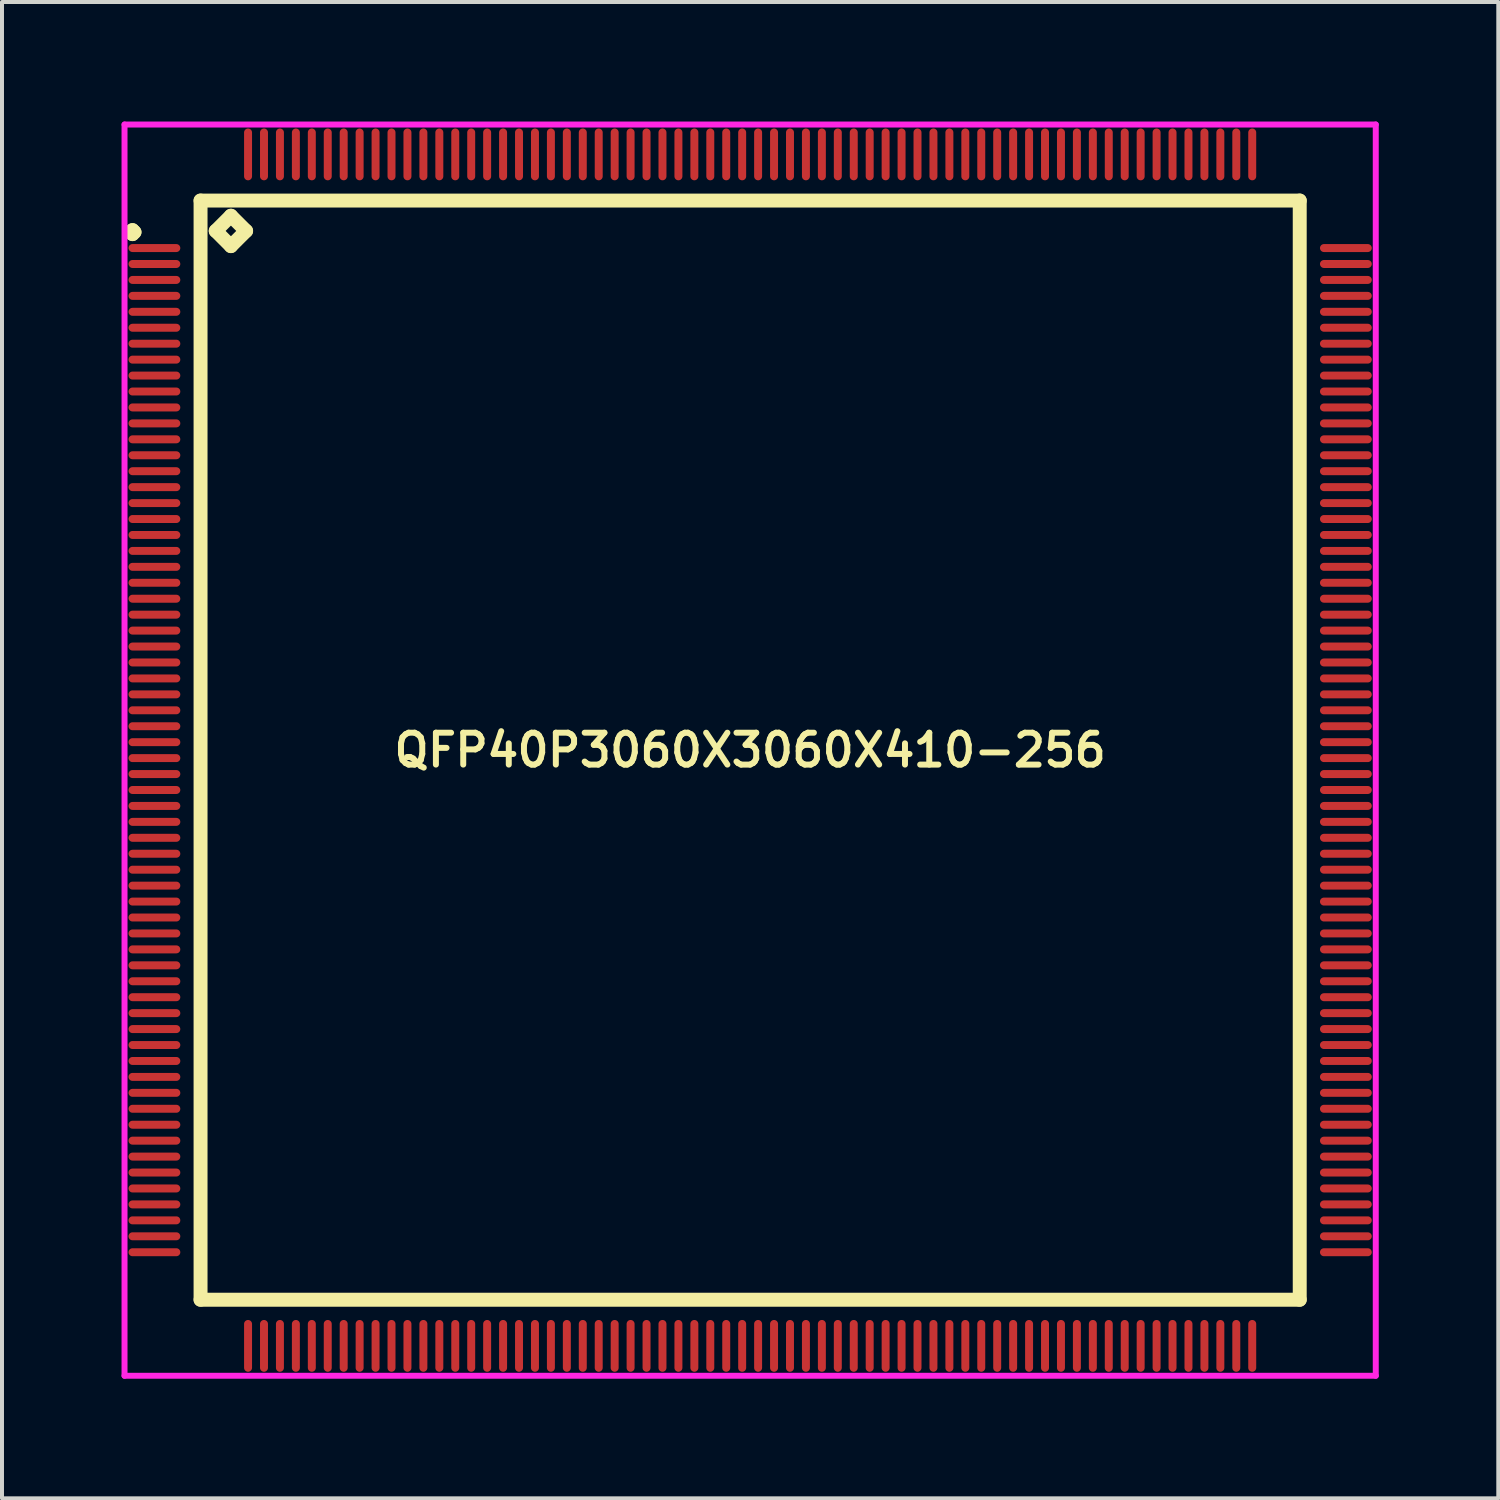
<source format=kicad_pcb>
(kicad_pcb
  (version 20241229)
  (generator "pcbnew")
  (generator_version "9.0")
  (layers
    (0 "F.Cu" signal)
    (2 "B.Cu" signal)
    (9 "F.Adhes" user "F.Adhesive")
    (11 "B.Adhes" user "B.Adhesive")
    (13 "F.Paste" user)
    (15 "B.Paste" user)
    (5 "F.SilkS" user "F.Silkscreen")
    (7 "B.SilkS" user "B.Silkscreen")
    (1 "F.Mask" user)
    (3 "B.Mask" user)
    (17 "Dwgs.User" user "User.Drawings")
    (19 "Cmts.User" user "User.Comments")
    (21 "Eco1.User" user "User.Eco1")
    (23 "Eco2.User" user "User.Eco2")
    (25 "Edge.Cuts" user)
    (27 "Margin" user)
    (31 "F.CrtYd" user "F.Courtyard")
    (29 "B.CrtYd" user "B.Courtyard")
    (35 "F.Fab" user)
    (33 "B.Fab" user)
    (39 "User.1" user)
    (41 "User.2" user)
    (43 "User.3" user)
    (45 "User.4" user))
  (footprint "QFP40P3060X3060X410-256"
    (layer "F.Cu")
    (at 15.775 15.775)
    (property "Reference" "QFP40P3060X3060X410-256" (at 0 0 0) (layer "F.SilkS") (effects (font (size 0.8 0.8) (thickness 0.15))))
    (attr smd)
    (fp_line (start -15.55 -13) (end -15.5 -13.05) (stroke (width 0.35) (type solid)) (layer "F.SilkS"))
    (fp_line (start -15.5 -13.05) (end -15.45 -13) (stroke (width 0.35) (type solid)) (layer "F.SilkS"))
    (fp_line (start -15.5 -12.95) (end -15.55 -13) (stroke (width 0.35) (type solid)) (layer "F.SilkS"))
    (fp_line (start -15.45 -13) (end -15.5 -12.95) (stroke (width 0.35) (type solid)) (layer "F.SilkS"))
    (fp_line (start -13.792 -13.792) (end -13.792 13.792) (stroke (width 0.35) (type solid)) (layer "F.SilkS"))
    (fp_line (start -13.792 13.792) (end 13.792 13.792) (stroke (width 0.35) (type solid)) (layer "F.SilkS"))
    (fp_line (start -13.411 -13.03) (end -13.03 -13.411) (stroke (width 0.35) (type solid)) (layer "F.SilkS"))
    (fp_line (start -13.03 -13.411) (end -12.649 -13.03) (stroke (width 0.35) (type solid)) (layer "F.SilkS"))
    (fp_line (start -13.03 -12.649) (end -13.411 -13.03) (stroke (width 0.35) (type solid)) (layer "F.SilkS"))
    (fp_line (start -12.649 -13.03) (end -13.03 -12.649) (stroke (width 0.35) (type solid)) (layer "F.SilkS"))
    (fp_line (start 13.792 -13.792) (end -13.792 -13.792) (stroke (width 0.35) (type solid)) (layer "F.SilkS"))
    (fp_line (start 13.792 13.792) (end 13.792 -13.792) (stroke (width 0.35) (type solid)) (layer "F.SilkS"))
    (fp_line (start -15.7 -15.7) (end 15.7 -15.7) (stroke (width 0.15) (type solid)) (layer "F.CrtYd"))
    (fp_line (start -15.7 15.7) (end -15.7 -15.7) (stroke (width 0.15) (type solid)) (layer "F.CrtYd"))
    (fp_line (start 15.7 -15.7) (end 15.7 15.7) (stroke (width 0.15) (type solid)) (layer "F.CrtYd"))
    (fp_line (start 15.7 15.7) (end -15.7 15.7) (stroke (width 0.15) (type solid)) (layer "F.CrtYd"))
    (pad "1" smd oval (at -14.95 -12.6) (size 1.3 0.2) (layers "F.Cu" "F.Mask" "F.Paste"))
    (pad "2" smd oval (at -14.95 -12.2) (size 1.3 0.2) (layers "F.Cu" "F.Mask" "F.Paste"))
    (pad "3" smd oval (at -14.95 -11.8) (size 1.3 0.2) (layers "F.Cu" "F.Mask" "F.Paste"))
    (pad "4" smd oval (at -14.95 -11.4) (size 1.3 0.2) (layers "F.Cu" "F.Mask" "F.Paste"))
    (pad "5" smd oval (at -14.95 -11) (size 1.3 0.2) (layers "F.Cu" "F.Mask" "F.Paste"))
    (pad "6" smd oval (at -14.95 -10.6) (size 1.3 0.2) (layers "F.Cu" "F.Mask" "F.Paste"))
    (pad "7" smd oval (at -14.95 -10.2) (size 1.3 0.2) (layers "F.Cu" "F.Mask" "F.Paste"))
    (pad "8" smd oval (at -14.95 -9.8) (size 1.3 0.2) (layers "F.Cu" "F.Mask" "F.Paste"))
    (pad "9" smd oval (at -14.95 -9.4) (size 1.3 0.2) (layers "F.Cu" "F.Mask" "F.Paste"))
    (pad "10" smd oval (at -14.95 -9) (size 1.3 0.2) (layers "F.Cu" "F.Mask" "F.Paste"))
    (pad "11" smd oval (at -14.95 -8.6) (size 1.3 0.2) (layers "F.Cu" "F.Mask" "F.Paste"))
    (pad "12" smd oval (at -14.95 -8.2) (size 1.3 0.2) (layers "F.Cu" "F.Mask" "F.Paste"))
    (pad "13" smd oval (at -14.95 -7.8) (size 1.3 0.2) (layers "F.Cu" "F.Mask" "F.Paste"))
    (pad "14" smd oval (at -14.95 -7.4) (size 1.3 0.2) (layers "F.Cu" "F.Mask" "F.Paste"))
    (pad "15" smd oval (at -14.95 -7) (size 1.3 0.2) (layers "F.Cu" "F.Mask" "F.Paste"))
    (pad "16" smd oval (at -14.95 -6.6) (size 1.3 0.2) (layers "F.Cu" "F.Mask" "F.Paste"))
    (pad "17" smd oval (at -14.95 -6.2) (size 1.3 0.2) (layers "F.Cu" "F.Mask" "F.Paste"))
    (pad "18" smd oval (at -14.95 -5.8) (size 1.3 0.2) (layers "F.Cu" "F.Mask" "F.Paste"))
    (pad "19" smd oval (at -14.95 -5.4) (size 1.3 0.2) (layers "F.Cu" "F.Mask" "F.Paste"))
    (pad "20" smd oval (at -14.95 -5) (size 1.3 0.2) (layers "F.Cu" "F.Mask" "F.Paste"))
    (pad "21" smd oval (at -14.95 -4.6) (size 1.3 0.2) (layers "F.Cu" "F.Mask" "F.Paste"))
    (pad "22" smd oval (at -14.95 -4.2) (size 1.3 0.2) (layers "F.Cu" "F.Mask" "F.Paste"))
    (pad "23" smd oval (at -14.95 -3.8) (size 1.3 0.2) (layers "F.Cu" "F.Mask" "F.Paste"))
    (pad "24" smd oval (at -14.95 -3.4) (size 1.3 0.2) (layers "F.Cu" "F.Mask" "F.Paste"))
    (pad "25" smd oval (at -14.95 -3) (size 1.3 0.2) (layers "F.Cu" "F.Mask" "F.Paste"))
    (pad "26" smd oval (at -14.95 -2.6) (size 1.3 0.2) (layers "F.Cu" "F.Mask" "F.Paste"))
    (pad "27" smd oval (at -14.95 -2.2) (size 1.3 0.2) (layers "F.Cu" "F.Mask" "F.Paste"))
    (pad "28" smd oval (at -14.95 -1.8) (size 1.3 0.2) (layers "F.Cu" "F.Mask" "F.Paste"))
    (pad "29" smd oval (at -14.95 -1.4) (size 1.3 0.2) (layers "F.Cu" "F.Mask" "F.Paste"))
    (pad "30" smd oval (at -14.95 -1) (size 1.3 0.2) (layers "F.Cu" "F.Mask" "F.Paste"))
    (pad "31" smd oval (at -14.95 -0.6) (size 1.3 0.2) (layers "F.Cu" "F.Mask" "F.Paste"))
    (pad "32" smd oval (at -14.95 -0.2) (size 1.3 0.2) (layers "F.Cu" "F.Mask" "F.Paste"))
    (pad "33" smd oval (at -14.95 0.2) (size 1.3 0.2) (layers "F.Cu" "F.Mask" "F.Paste"))
    (pad "34" smd oval (at -14.95 0.6) (size 1.3 0.2) (layers "F.Cu" "F.Mask" "F.Paste"))
    (pad "35" smd oval (at -14.95 1) (size 1.3 0.2) (layers "F.Cu" "F.Mask" "F.Paste"))
    (pad "36" smd oval (at -14.95 1.4) (size 1.3 0.2) (layers "F.Cu" "F.Mask" "F.Paste"))
    (pad "37" smd oval (at -14.95 1.8) (size 1.3 0.2) (layers "F.Cu" "F.Mask" "F.Paste"))
    (pad "38" smd oval (at -14.95 2.2) (size 1.3 0.2) (layers "F.Cu" "F.Mask" "F.Paste"))
    (pad "39" smd oval (at -14.95 2.6) (size 1.3 0.2) (layers "F.Cu" "F.Mask" "F.Paste"))
    (pad "40" smd oval (at -14.95 3) (size 1.3 0.2) (layers "F.Cu" "F.Mask" "F.Paste"))
    (pad "41" smd oval (at -14.95 3.4) (size 1.3 0.2) (layers "F.Cu" "F.Mask" "F.Paste"))
    (pad "42" smd oval (at -14.95 3.8) (size 1.3 0.2) (layers "F.Cu" "F.Mask" "F.Paste"))
    (pad "43" smd oval (at -14.95 4.2) (size 1.3 0.2) (layers "F.Cu" "F.Mask" "F.Paste"))
    (pad "44" smd oval (at -14.95 4.6) (size 1.3 0.2) (layers "F.Cu" "F.Mask" "F.Paste"))
    (pad "45" smd oval (at -14.95 5) (size 1.3 0.2) (layers "F.Cu" "F.Mask" "F.Paste"))
    (pad "46" smd oval (at -14.95 5.4) (size 1.3 0.2) (layers "F.Cu" "F.Mask" "F.Paste"))
    (pad "47" smd oval (at -14.95 5.8) (size 1.3 0.2) (layers "F.Cu" "F.Mask" "F.Paste"))
    (pad "48" smd oval (at -14.95 6.2) (size 1.3 0.2) (layers "F.Cu" "F.Mask" "F.Paste"))
    (pad "49" smd oval (at -14.95 6.6) (size 1.3 0.2) (layers "F.Cu" "F.Mask" "F.Paste"))
    (pad "50" smd oval (at -14.95 7) (size 1.3 0.2) (layers "F.Cu" "F.Mask" "F.Paste"))
    (pad "51" smd oval (at -14.95 7.4) (size 1.3 0.2) (layers "F.Cu" "F.Mask" "F.Paste"))
    (pad "52" smd oval (at -14.95 7.8) (size 1.3 0.2) (layers "F.Cu" "F.Mask" "F.Paste"))
    (pad "53" smd oval (at -14.95 8.2) (size 1.3 0.2) (layers "F.Cu" "F.Mask" "F.Paste"))
    (pad "54" smd oval (at -14.95 8.6) (size 1.3 0.2) (layers "F.Cu" "F.Mask" "F.Paste"))
    (pad "55" smd oval (at -14.95 9) (size 1.3 0.2) (layers "F.Cu" "F.Mask" "F.Paste"))
    (pad "56" smd oval (at -14.95 9.4) (size 1.3 0.2) (layers "F.Cu" "F.Mask" "F.Paste"))
    (pad "57" smd oval (at -14.95 9.8) (size 1.3 0.2) (layers "F.Cu" "F.Mask" "F.Paste"))
    (pad "58" smd oval (at -14.95 10.2) (size 1.3 0.2) (layers "F.Cu" "F.Mask" "F.Paste"))
    (pad "59" smd oval (at -14.95 10.6) (size 1.3 0.2) (layers "F.Cu" "F.Mask" "F.Paste"))
    (pad "60" smd oval (at -14.95 11) (size 1.3 0.2) (layers "F.Cu" "F.Mask" "F.Paste"))
    (pad "61" smd oval (at -14.95 11.4) (size 1.3 0.2) (layers "F.Cu" "F.Mask" "F.Paste"))
    (pad "62" smd oval (at -14.95 11.8) (size 1.3 0.2) (layers "F.Cu" "F.Mask" "F.Paste"))
    (pad "63" smd oval (at -14.95 12.2) (size 1.3 0.2) (layers "F.Cu" "F.Mask" "F.Paste"))
    (pad "64" smd oval (at -14.95 12.6) (size 1.3 0.2) (layers "F.Cu" "F.Mask" "F.Paste"))
    (pad "65" smd oval (at -12.6 14.95) (size 0.2 1.3) (layers "F.Cu" "F.Mask" "F.Paste"))
    (pad "66" smd oval (at -12.2 14.95) (size 0.2 1.3) (layers "F.Cu" "F.Mask" "F.Paste"))
    (pad "67" smd oval (at -11.8 14.95) (size 0.2 1.3) (layers "F.Cu" "F.Mask" "F.Paste"))
    (pad "68" smd oval (at -11.4 14.95) (size 0.2 1.3) (layers "F.Cu" "F.Mask" "F.Paste"))
    (pad "69" smd oval (at -11 14.95) (size 0.2 1.3) (layers "F.Cu" "F.Mask" "F.Paste"))
    (pad "70" smd oval (at -10.6 14.95) (size 0.2 1.3) (layers "F.Cu" "F.Mask" "F.Paste"))
    (pad "71" smd oval (at -10.2 14.95) (size 0.2 1.3) (layers "F.Cu" "F.Mask" "F.Paste"))
    (pad "72" smd oval (at -9.8 14.95) (size 0.2 1.3) (layers "F.Cu" "F.Mask" "F.Paste"))
    (pad "73" smd oval (at -9.4 14.95) (size 0.2 1.3) (layers "F.Cu" "F.Mask" "F.Paste"))
    (pad "74" smd oval (at -9 14.95) (size 0.2 1.3) (layers "F.Cu" "F.Mask" "F.Paste"))
    (pad "75" smd oval (at -8.6 14.95) (size 0.2 1.3) (layers "F.Cu" "F.Mask" "F.Paste"))
    (pad "76" smd oval (at -8.2 14.95) (size 0.2 1.3) (layers "F.Cu" "F.Mask" "F.Paste"))
    (pad "77" smd oval (at -7.8 14.95) (size 0.2 1.3) (layers "F.Cu" "F.Mask" "F.Paste"))
    (pad "78" smd oval (at -7.4 14.95) (size 0.2 1.3) (layers "F.Cu" "F.Mask" "F.Paste"))
    (pad "79" smd oval (at -7 14.95) (size 0.2 1.3) (layers "F.Cu" "F.Mask" "F.Paste"))
    (pad "80" smd oval (at -6.6 14.95) (size 0.2 1.3) (layers "F.Cu" "F.Mask" "F.Paste"))
    (pad "81" smd oval (at -6.2 14.95) (size 0.2 1.3) (layers "F.Cu" "F.Mask" "F.Paste"))
    (pad "82" smd oval (at -5.8 14.95) (size 0.2 1.3) (layers "F.Cu" "F.Mask" "F.Paste"))
    (pad "83" smd oval (at -5.4 14.95) (size 0.2 1.3) (layers "F.Cu" "F.Mask" "F.Paste"))
    (pad "84" smd oval (at -5 14.95) (size 0.2 1.3) (layers "F.Cu" "F.Mask" "F.Paste"))
    (pad "85" smd oval (at -4.6 14.95) (size 0.2 1.3) (layers "F.Cu" "F.Mask" "F.Paste"))
    (pad "86" smd oval (at -4.2 14.95) (size 0.2 1.3) (layers "F.Cu" "F.Mask" "F.Paste"))
    (pad "87" smd oval (at -3.8 14.95) (size 0.2 1.3) (layers "F.Cu" "F.Mask" "F.Paste"))
    (pad "88" smd oval (at -3.4 14.95) (size 0.2 1.3) (layers "F.Cu" "F.Mask" "F.Paste"))
    (pad "89" smd oval (at -3 14.95) (size 0.2 1.3) (layers "F.Cu" "F.Mask" "F.Paste"))
    (pad "90" smd oval (at -2.6 14.95) (size 0.2 1.3) (layers "F.Cu" "F.Mask" "F.Paste"))
    (pad "91" smd oval (at -2.2 14.95) (size 0.2 1.3) (layers "F.Cu" "F.Mask" "F.Paste"))
    (pad "92" smd oval (at -1.8 14.95) (size 0.2 1.3) (layers "F.Cu" "F.Mask" "F.Paste"))
    (pad "93" smd oval (at -1.4 14.95) (size 0.2 1.3) (layers "F.Cu" "F.Mask" "F.Paste"))
    (pad "94" smd oval (at -1 14.95) (size 0.2 1.3) (layers "F.Cu" "F.Mask" "F.Paste"))
    (pad "95" smd oval (at -0.6 14.95) (size 0.2 1.3) (layers "F.Cu" "F.Mask" "F.Paste"))
    (pad "96" smd oval (at -0.2 14.95) (size 0.2 1.3) (layers "F.Cu" "F.Mask" "F.Paste"))
    (pad "97" smd oval (at 0.2 14.95) (size 0.2 1.3) (layers "F.Cu" "F.Mask" "F.Paste"))
    (pad "98" smd oval (at 0.6 14.95) (size 0.2 1.3) (layers "F.Cu" "F.Mask" "F.Paste"))
    (pad "99" smd oval (at 1 14.95) (size 0.2 1.3) (layers "F.Cu" "F.Mask" "F.Paste"))
    (pad "100" smd oval (at 1.4 14.95) (size 0.2 1.3) (layers "F.Cu" "F.Mask" "F.Paste"))
    (pad "101" smd oval (at 1.8 14.95) (size 0.2 1.3) (layers "F.Cu" "F.Mask" "F.Paste"))
    (pad "102" smd oval (at 2.2 14.95) (size 0.2 1.3) (layers "F.Cu" "F.Mask" "F.Paste"))
    (pad "103" smd oval (at 2.6 14.95) (size 0.2 1.3) (layers "F.Cu" "F.Mask" "F.Paste"))
    (pad "104" smd oval (at 3 14.95) (size 0.2 1.3) (layers "F.Cu" "F.Mask" "F.Paste"))
    (pad "105" smd oval (at 3.4 14.95) (size 0.2 1.3) (layers "F.Cu" "F.Mask" "F.Paste"))
    (pad "106" smd oval (at 3.8 14.95) (size 0.2 1.3) (layers "F.Cu" "F.Mask" "F.Paste"))
    (pad "107" smd oval (at 4.2 14.95) (size 0.2 1.3) (layers "F.Cu" "F.Mask" "F.Paste"))
    (pad "108" smd oval (at 4.6 14.95) (size 0.2 1.3) (layers "F.Cu" "F.Mask" "F.Paste"))
    (pad "109" smd oval (at 5 14.95) (size 0.2 1.3) (layers "F.Cu" "F.Mask" "F.Paste"))
    (pad "110" smd oval (at 5.4 14.95) (size 0.2 1.3) (layers "F.Cu" "F.Mask" "F.Paste"))
    (pad "111" smd oval (at 5.8 14.95) (size 0.2 1.3) (layers "F.Cu" "F.Mask" "F.Paste"))
    (pad "112" smd oval (at 6.2 14.95) (size 0.2 1.3) (layers "F.Cu" "F.Mask" "F.Paste"))
    (pad "113" smd oval (at 6.6 14.95) (size 0.2 1.3) (layers "F.Cu" "F.Mask" "F.Paste"))
    (pad "114" smd oval (at 7 14.95) (size 0.2 1.3) (layers "F.Cu" "F.Mask" "F.Paste"))
    (pad "115" smd oval (at 7.4 14.95) (size 0.2 1.3) (layers "F.Cu" "F.Mask" "F.Paste"))
    (pad "116" smd oval (at 7.8 14.95) (size 0.2 1.3) (layers "F.Cu" "F.Mask" "F.Paste"))
    (pad "117" smd oval (at 8.2 14.95) (size 0.2 1.3) (layers "F.Cu" "F.Mask" "F.Paste"))
    (pad "118" smd oval (at 8.6 14.95) (size 0.2 1.3) (layers "F.Cu" "F.Mask" "F.Paste"))
    (pad "119" smd oval (at 9 14.95) (size 0.2 1.3) (layers "F.Cu" "F.Mask" "F.Paste"))
    (pad "120" smd oval (at 9.4 14.95) (size 0.2 1.3) (layers "F.Cu" "F.Mask" "F.Paste"))
    (pad "121" smd oval (at 9.8 14.95) (size 0.2 1.3) (layers "F.Cu" "F.Mask" "F.Paste"))
    (pad "122" smd oval (at 10.2 14.95) (size 0.2 1.3) (layers "F.Cu" "F.Mask" "F.Paste"))
    (pad "123" smd oval (at 10.6 14.95) (size 0.2 1.3) (layers "F.Cu" "F.Mask" "F.Paste"))
    (pad "124" smd oval (at 11 14.95) (size 0.2 1.3) (layers "F.Cu" "F.Mask" "F.Paste"))
    (pad "125" smd oval (at 11.4 14.95) (size 0.2 1.3) (layers "F.Cu" "F.Mask" "F.Paste"))
    (pad "126" smd oval (at 11.8 14.95) (size 0.2 1.3) (layers "F.Cu" "F.Mask" "F.Paste"))
    (pad "127" smd oval (at 12.2 14.95) (size 0.2 1.3) (layers "F.Cu" "F.Mask" "F.Paste"))
    (pad "128" smd oval (at 12.6 14.95) (size 0.2 1.3) (layers "F.Cu" "F.Mask" "F.Paste"))
    (pad "129" smd oval (at 14.95 12.6) (size 1.3 0.2) (layers "F.Cu" "F.Mask" "F.Paste"))
    (pad "130" smd oval (at 14.95 12.2) (size 1.3 0.2) (layers "F.Cu" "F.Mask" "F.Paste"))
    (pad "131" smd oval (at 14.95 11.8) (size 1.3 0.2) (layers "F.Cu" "F.Mask" "F.Paste"))
    (pad "132" smd oval (at 14.95 11.4) (size 1.3 0.2) (layers "F.Cu" "F.Mask" "F.Paste"))
    (pad "133" smd oval (at 14.95 11) (size 1.3 0.2) (layers "F.Cu" "F.Mask" "F.Paste"))
    (pad "134" smd oval (at 14.95 10.6) (size 1.3 0.2) (layers "F.Cu" "F.Mask" "F.Paste"))
    (pad "135" smd oval (at 14.95 10.2) (size 1.3 0.2) (layers "F.Cu" "F.Mask" "F.Paste"))
    (pad "136" smd oval (at 14.95 9.8) (size 1.3 0.2) (layers "F.Cu" "F.Mask" "F.Paste"))
    (pad "137" smd oval (at 14.95 9.4) (size 1.3 0.2) (layers "F.Cu" "F.Mask" "F.Paste"))
    (pad "138" smd oval (at 14.95 9) (size 1.3 0.2) (layers "F.Cu" "F.Mask" "F.Paste"))
    (pad "139" smd oval (at 14.95 8.6) (size 1.3 0.2) (layers "F.Cu" "F.Mask" "F.Paste"))
    (pad "140" smd oval (at 14.95 8.2) (size 1.3 0.2) (layers "F.Cu" "F.Mask" "F.Paste"))
    (pad "141" smd oval (at 14.95 7.8) (size 1.3 0.2) (layers "F.Cu" "F.Mask" "F.Paste"))
    (pad "142" smd oval (at 14.95 7.4) (size 1.3 0.2) (layers "F.Cu" "F.Mask" "F.Paste"))
    (pad "143" smd oval (at 14.95 7) (size 1.3 0.2) (layers "F.Cu" "F.Mask" "F.Paste"))
    (pad "144" smd oval (at 14.95 6.6) (size 1.3 0.2) (layers "F.Cu" "F.Mask" "F.Paste"))
    (pad "145" smd oval (at 14.95 6.2) (size 1.3 0.2) (layers "F.Cu" "F.Mask" "F.Paste"))
    (pad "146" smd oval (at 14.95 5.8) (size 1.3 0.2) (layers "F.Cu" "F.Mask" "F.Paste"))
    (pad "147" smd oval (at 14.95 5.4) (size 1.3 0.2) (layers "F.Cu" "F.Mask" "F.Paste"))
    (pad "148" smd oval (at 14.95 5) (size 1.3 0.2) (layers "F.Cu" "F.Mask" "F.Paste"))
    (pad "149" smd oval (at 14.95 4.6) (size 1.3 0.2) (layers "F.Cu" "F.Mask" "F.Paste"))
    (pad "150" smd oval (at 14.95 4.2) (size 1.3 0.2) (layers "F.Cu" "F.Mask" "F.Paste"))
    (pad "151" smd oval (at 14.95 3.8) (size 1.3 0.2) (layers "F.Cu" "F.Mask" "F.Paste"))
    (pad "152" smd oval (at 14.95 3.4) (size 1.3 0.2) (layers "F.Cu" "F.Mask" "F.Paste"))
    (pad "153" smd oval (at 14.95 3) (size 1.3 0.2) (layers "F.Cu" "F.Mask" "F.Paste"))
    (pad "154" smd oval (at 14.95 2.6) (size 1.3 0.2) (layers "F.Cu" "F.Mask" "F.Paste"))
    (pad "155" smd oval (at 14.95 2.2) (size 1.3 0.2) (layers "F.Cu" "F.Mask" "F.Paste"))
    (pad "156" smd oval (at 14.95 1.8) (size 1.3 0.2) (layers "F.Cu" "F.Mask" "F.Paste"))
    (pad "157" smd oval (at 14.95 1.4) (size 1.3 0.2) (layers "F.Cu" "F.Mask" "F.Paste"))
    (pad "158" smd oval (at 14.95 1) (size 1.3 0.2) (layers "F.Cu" "F.Mask" "F.Paste"))
    (pad "159" smd oval (at 14.95 0.6) (size 1.3 0.2) (layers "F.Cu" "F.Mask" "F.Paste"))
    (pad "160" smd oval (at 14.95 0.2) (size 1.3 0.2) (layers "F.Cu" "F.Mask" "F.Paste"))
    (pad "161" smd oval (at 14.95 -0.2) (size 1.3 0.2) (layers "F.Cu" "F.Mask" "F.Paste"))
    (pad "162" smd oval (at 14.95 -0.6) (size 1.3 0.2) (layers "F.Cu" "F.Mask" "F.Paste"))
    (pad "163" smd oval (at 14.95 -1) (size 1.3 0.2) (layers "F.Cu" "F.Mask" "F.Paste"))
    (pad "164" smd oval (at 14.95 -1.4) (size 1.3 0.2) (layers "F.Cu" "F.Mask" "F.Paste"))
    (pad "165" smd oval (at 14.95 -1.8) (size 1.3 0.2) (layers "F.Cu" "F.Mask" "F.Paste"))
    (pad "166" smd oval (at 14.95 -2.2) (size 1.3 0.2) (layers "F.Cu" "F.Mask" "F.Paste"))
    (pad "167" smd oval (at 14.95 -2.6) (size 1.3 0.2) (layers "F.Cu" "F.Mask" "F.Paste"))
    (pad "168" smd oval (at 14.95 -3) (size 1.3 0.2) (layers "F.Cu" "F.Mask" "F.Paste"))
    (pad "169" smd oval (at 14.95 -3.4) (size 1.3 0.2) (layers "F.Cu" "F.Mask" "F.Paste"))
    (pad "170" smd oval (at 14.95 -3.8) (size 1.3 0.2) (layers "F.Cu" "F.Mask" "F.Paste"))
    (pad "171" smd oval (at 14.95 -4.2) (size 1.3 0.2) (layers "F.Cu" "F.Mask" "F.Paste"))
    (pad "172" smd oval (at 14.95 -4.6) (size 1.3 0.2) (layers "F.Cu" "F.Mask" "F.Paste"))
    (pad "173" smd oval (at 14.95 -5) (size 1.3 0.2) (layers "F.Cu" "F.Mask" "F.Paste"))
    (pad "174" smd oval (at 14.95 -5.4) (size 1.3 0.2) (layers "F.Cu" "F.Mask" "F.Paste"))
    (pad "175" smd oval (at 14.95 -5.8) (size 1.3 0.2) (layers "F.Cu" "F.Mask" "F.Paste"))
    (pad "176" smd oval (at 14.95 -6.2) (size 1.3 0.2) (layers "F.Cu" "F.Mask" "F.Paste"))
    (pad "177" smd oval (at 14.95 -6.6) (size 1.3 0.2) (layers "F.Cu" "F.Mask" "F.Paste"))
    (pad "178" smd oval (at 14.95 -7) (size 1.3 0.2) (layers "F.Cu" "F.Mask" "F.Paste"))
    (pad "179" smd oval (at 14.95 -7.4) (size 1.3 0.2) (layers "F.Cu" "F.Mask" "F.Paste"))
    (pad "180" smd oval (at 14.95 -7.8) (size 1.3 0.2) (layers "F.Cu" "F.Mask" "F.Paste"))
    (pad "181" smd oval (at 14.95 -8.2) (size 1.3 0.2) (layers "F.Cu" "F.Mask" "F.Paste"))
    (pad "182" smd oval (at 14.95 -8.6) (size 1.3 0.2) (layers "F.Cu" "F.Mask" "F.Paste"))
    (pad "183" smd oval (at 14.95 -9) (size 1.3 0.2) (layers "F.Cu" "F.Mask" "F.Paste"))
    (pad "184" smd oval (at 14.95 -9.4) (size 1.3 0.2) (layers "F.Cu" "F.Mask" "F.Paste"))
    (pad "185" smd oval (at 14.95 -9.8) (size 1.3 0.2) (layers "F.Cu" "F.Mask" "F.Paste"))
    (pad "186" smd oval (at 14.95 -10.2) (size 1.3 0.2) (layers "F.Cu" "F.Mask" "F.Paste"))
    (pad "187" smd oval (at 14.95 -10.6) (size 1.3 0.2) (layers "F.Cu" "F.Mask" "F.Paste"))
    (pad "188" smd oval (at 14.95 -11) (size 1.3 0.2) (layers "F.Cu" "F.Mask" "F.Paste"))
    (pad "189" smd oval (at 14.95 -11.4) (size 1.3 0.2) (layers "F.Cu" "F.Mask" "F.Paste"))
    (pad "190" smd oval (at 14.95 -11.8) (size 1.3 0.2) (layers "F.Cu" "F.Mask" "F.Paste"))
    (pad "191" smd oval (at 14.95 -12.2) (size 1.3 0.2) (layers "F.Cu" "F.Mask" "F.Paste"))
    (pad "192" smd oval (at 14.95 -12.6) (size 1.3 0.2) (layers "F.Cu" "F.Mask" "F.Paste"))
    (pad "193" smd oval (at 12.6 -14.95) (size 0.2 1.3) (layers "F.Cu" "F.Mask" "F.Paste"))
    (pad "194" smd oval (at 12.2 -14.95) (size 0.2 1.3) (layers "F.Cu" "F.Mask" "F.Paste"))
    (pad "195" smd oval (at 11.8 -14.95) (size 0.2 1.3) (layers "F.Cu" "F.Mask" "F.Paste"))
    (pad "196" smd oval (at 11.4 -14.95) (size 0.2 1.3) (layers "F.Cu" "F.Mask" "F.Paste"))
    (pad "197" smd oval (at 11 -14.95) (size 0.2 1.3) (layers "F.Cu" "F.Mask" "F.Paste"))
    (pad "198" smd oval (at 10.6 -14.95) (size 0.2 1.3) (layers "F.Cu" "F.Mask" "F.Paste"))
    (pad "199" smd oval (at 10.2 -14.95) (size 0.2 1.3) (layers "F.Cu" "F.Mask" "F.Paste"))
    (pad "200" smd oval (at 9.8 -14.95) (size 0.2 1.3) (layers "F.Cu" "F.Mask" "F.Paste"))
    (pad "201" smd oval (at 9.4 -14.95) (size 0.2 1.3) (layers "F.Cu" "F.Mask" "F.Paste"))
    (pad "202" smd oval (at 9 -14.95) (size 0.2 1.3) (layers "F.Cu" "F.Mask" "F.Paste"))
    (pad "203" smd oval (at 8.6 -14.95) (size 0.2 1.3) (layers "F.Cu" "F.Mask" "F.Paste"))
    (pad "204" smd oval (at 8.2 -14.95) (size 0.2 1.3) (layers "F.Cu" "F.Mask" "F.Paste"))
    (pad "205" smd oval (at 7.8 -14.95) (size 0.2 1.3) (layers "F.Cu" "F.Mask" "F.Paste"))
    (pad "206" smd oval (at 7.4 -14.95) (size 0.2 1.3) (layers "F.Cu" "F.Mask" "F.Paste"))
    (pad "207" smd oval (at 7 -14.95) (size 0.2 1.3) (layers "F.Cu" "F.Mask" "F.Paste"))
    (pad "208" smd oval (at 6.6 -14.95) (size 0.2 1.3) (layers "F.Cu" "F.Mask" "F.Paste"))
    (pad "209" smd oval (at 6.2 -14.95) (size 0.2 1.3) (layers "F.Cu" "F.Mask" "F.Paste"))
    (pad "210" smd oval (at 5.8 -14.95) (size 0.2 1.3) (layers "F.Cu" "F.Mask" "F.Paste"))
    (pad "211" smd oval (at 5.4 -14.95) (size 0.2 1.3) (layers "F.Cu" "F.Mask" "F.Paste"))
    (pad "212" smd oval (at 5 -14.95) (size 0.2 1.3) (layers "F.Cu" "F.Mask" "F.Paste"))
    (pad "213" smd oval (at 4.6 -14.95) (size 0.2 1.3) (layers "F.Cu" "F.Mask" "F.Paste"))
    (pad "214" smd oval (at 4.2 -14.95) (size 0.2 1.3) (layers "F.Cu" "F.Mask" "F.Paste"))
    (pad "215" smd oval (at 3.8 -14.95) (size 0.2 1.3) (layers "F.Cu" "F.Mask" "F.Paste"))
    (pad "216" smd oval (at 3.4 -14.95) (size 0.2 1.3) (layers "F.Cu" "F.Mask" "F.Paste"))
    (pad "217" smd oval (at 3 -14.95) (size 0.2 1.3) (layers "F.Cu" "F.Mask" "F.Paste"))
    (pad "218" smd oval (at 2.6 -14.95) (size 0.2 1.3) (layers "F.Cu" "F.Mask" "F.Paste"))
    (pad "219" smd oval (at 2.2 -14.95) (size 0.2 1.3) (layers "F.Cu" "F.Mask" "F.Paste"))
    (pad "220" smd oval (at 1.8 -14.95) (size 0.2 1.3) (layers "F.Cu" "F.Mask" "F.Paste"))
    (pad "221" smd oval (at 1.4 -14.95) (size 0.2 1.3) (layers "F.Cu" "F.Mask" "F.Paste"))
    (pad "222" smd oval (at 1 -14.95) (size 0.2 1.3) (layers "F.Cu" "F.Mask" "F.Paste"))
    (pad "223" smd oval (at 0.6 -14.95) (size 0.2 1.3) (layers "F.Cu" "F.Mask" "F.Paste"))
    (pad "224" smd oval (at 0.2 -14.95) (size 0.2 1.3) (layers "F.Cu" "F.Mask" "F.Paste"))
    (pad "225" smd oval (at -0.2 -14.95) (size 0.2 1.3) (layers "F.Cu" "F.Mask" "F.Paste"))
    (pad "226" smd oval (at -0.6 -14.95) (size 0.2 1.3) (layers "F.Cu" "F.Mask" "F.Paste"))
    (pad "227" smd oval (at -1 -14.95) (size 0.2 1.3) (layers "F.Cu" "F.Mask" "F.Paste"))
    (pad "228" smd oval (at -1.4 -14.95) (size 0.2 1.3) (layers "F.Cu" "F.Mask" "F.Paste"))
    (pad "229" smd oval (at -1.8 -14.95) (size 0.2 1.3) (layers "F.Cu" "F.Mask" "F.Paste"))
    (pad "230" smd oval (at -2.2 -14.95) (size 0.2 1.3) (layers "F.Cu" "F.Mask" "F.Paste"))
    (pad "231" smd oval (at -2.6 -14.95) (size 0.2 1.3) (layers "F.Cu" "F.Mask" "F.Paste"))
    (pad "232" smd oval (at -3 -14.95) (size 0.2 1.3) (layers "F.Cu" "F.Mask" "F.Paste"))
    (pad "233" smd oval (at -3.4 -14.95) (size 0.2 1.3) (layers "F.Cu" "F.Mask" "F.Paste"))
    (pad "234" smd oval (at -3.8 -14.95) (size 0.2 1.3) (layers "F.Cu" "F.Mask" "F.Paste"))
    (pad "235" smd oval (at -4.2 -14.95) (size 0.2 1.3) (layers "F.Cu" "F.Mask" "F.Paste"))
    (pad "236" smd oval (at -4.6 -14.95) (size 0.2 1.3) (layers "F.Cu" "F.Mask" "F.Paste"))
    (pad "237" smd oval (at -5 -14.95) (size 0.2 1.3) (layers "F.Cu" "F.Mask" "F.Paste"))
    (pad "238" smd oval (at -5.4 -14.95) (size 0.2 1.3) (layers "F.Cu" "F.Mask" "F.Paste"))
    (pad "239" smd oval (at -5.8 -14.95) (size 0.2 1.3) (layers "F.Cu" "F.Mask" "F.Paste"))
    (pad "240" smd oval (at -6.2 -14.95) (size 0.2 1.3) (layers "F.Cu" "F.Mask" "F.Paste"))
    (pad "241" smd oval (at -6.6 -14.95) (size 0.2 1.3) (layers "F.Cu" "F.Mask" "F.Paste"))
    (pad "242" smd oval (at -7 -14.95) (size 0.2 1.3) (layers "F.Cu" "F.Mask" "F.Paste"))
    (pad "243" smd oval (at -7.4 -14.95) (size 0.2 1.3) (layers "F.Cu" "F.Mask" "F.Paste"))
    (pad "244" smd oval (at -7.8 -14.95) (size 0.2 1.3) (layers "F.Cu" "F.Mask" "F.Paste"))
    (pad "245" smd oval (at -8.2 -14.95) (size 0.2 1.3) (layers "F.Cu" "F.Mask" "F.Paste"))
    (pad "246" smd oval (at -8.6 -14.95) (size 0.2 1.3) (layers "F.Cu" "F.Mask" "F.Paste"))
    (pad "247" smd oval (at -9 -14.95) (size 0.2 1.3) (layers "F.Cu" "F.Mask" "F.Paste"))
    (pad "248" smd oval (at -9.4 -14.95) (size 0.2 1.3) (layers "F.Cu" "F.Mask" "F.Paste"))
    (pad "249" smd oval (at -9.8 -14.95) (size 0.2 1.3) (layers "F.Cu" "F.Mask" "F.Paste"))
    (pad "250" smd oval (at -10.2 -14.95) (size 0.2 1.3) (layers "F.Cu" "F.Mask" "F.Paste"))
    (pad "251" smd oval (at -10.6 -14.95) (size 0.2 1.3) (layers "F.Cu" "F.Mask" "F.Paste"))
    (pad "252" smd oval (at -11 -14.95) (size 0.2 1.3) (layers "F.Cu" "F.Mask" "F.Paste"))
    (pad "253" smd oval (at -11.4 -14.95) (size 0.2 1.3) (layers "F.Cu" "F.Mask" "F.Paste"))
    (pad "254" smd oval (at -11.8 -14.95) (size 0.2 1.3) (layers "F.Cu" "F.Mask" "F.Paste"))
    (pad "255" smd oval (at -12.2 -14.95) (size 0.2 1.3) (layers "F.Cu" "F.Mask" "F.Paste"))
    (pad "256" smd oval (at -12.6 -14.95) (size 0.2 1.3) (layers "F.Cu" "F.Mask" "F.Paste")))
  (gr_rect
    (start -3 -3)
    (end 34.55 34.55)
    (stroke (width 0.1) (type default))
    (fill no)
    (layer "Edge.Cuts")))
</source>
